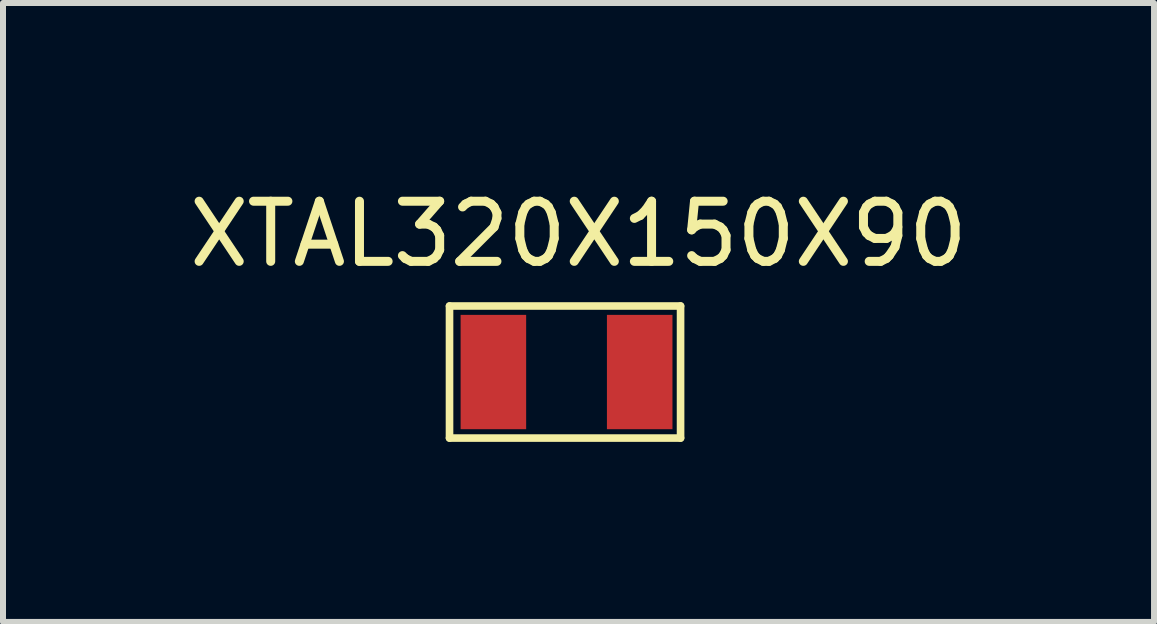
<source format=kicad_pcb>
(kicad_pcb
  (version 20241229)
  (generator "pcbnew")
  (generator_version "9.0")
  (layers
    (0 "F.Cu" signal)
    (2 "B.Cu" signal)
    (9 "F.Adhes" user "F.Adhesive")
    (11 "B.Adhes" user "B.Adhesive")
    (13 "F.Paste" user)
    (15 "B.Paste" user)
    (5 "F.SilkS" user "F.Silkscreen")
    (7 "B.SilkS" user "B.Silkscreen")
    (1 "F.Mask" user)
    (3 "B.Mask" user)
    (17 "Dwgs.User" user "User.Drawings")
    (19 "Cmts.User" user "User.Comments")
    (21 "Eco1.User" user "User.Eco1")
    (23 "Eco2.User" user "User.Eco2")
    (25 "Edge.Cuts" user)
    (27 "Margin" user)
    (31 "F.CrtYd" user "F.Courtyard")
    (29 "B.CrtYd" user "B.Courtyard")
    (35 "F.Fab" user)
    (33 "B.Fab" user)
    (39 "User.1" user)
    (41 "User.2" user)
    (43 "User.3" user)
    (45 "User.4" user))
  (footprint "XTAL320X150X90"
    (layer "F.Cu")
    (at 6.39 3.149)
    (property "Reference" "XTAL320X150X90" (at 0.2 -2.3 0) (layer "F.SilkS") (effects (font (size 1.002 1.002) (thickness 0.15))))
    (attr through_hole)
    (fp_line (start -1.95 -1.1) (end 1.9 -1.1) (stroke (width 0.127) (type solid)) (layer "F.SilkS"))
    (fp_line (start -1.95 1.1) (end -1.95 -1.1) (stroke (width 0.127) (type solid)) (layer "F.SilkS"))
    (fp_line (start 1.9 -1.1) (end 1.9 1.1) (stroke (width 0.127) (type solid)) (layer "F.SilkS"))
    (fp_line (start 1.9 1.1) (end -1.95 1.1) (stroke (width 0.127) (type solid)) (layer "F.SilkS"))
    (pad "1" smd rect (at -1.219 0) (size 1.092 1.905) (layers "F.Cu" "F.Mask" "F.Paste"))
    (pad "2" smd rect (at 1.219 0) (size 1.092 1.905) (layers "F.Cu" "F.Mask" "F.Paste")))
  (gr_rect
    (start -3 -3)
    (end 16.179 7.313)
    (stroke (width 0.1) (type default))
    (fill no)
    (layer "Edge.Cuts")))
</source>
